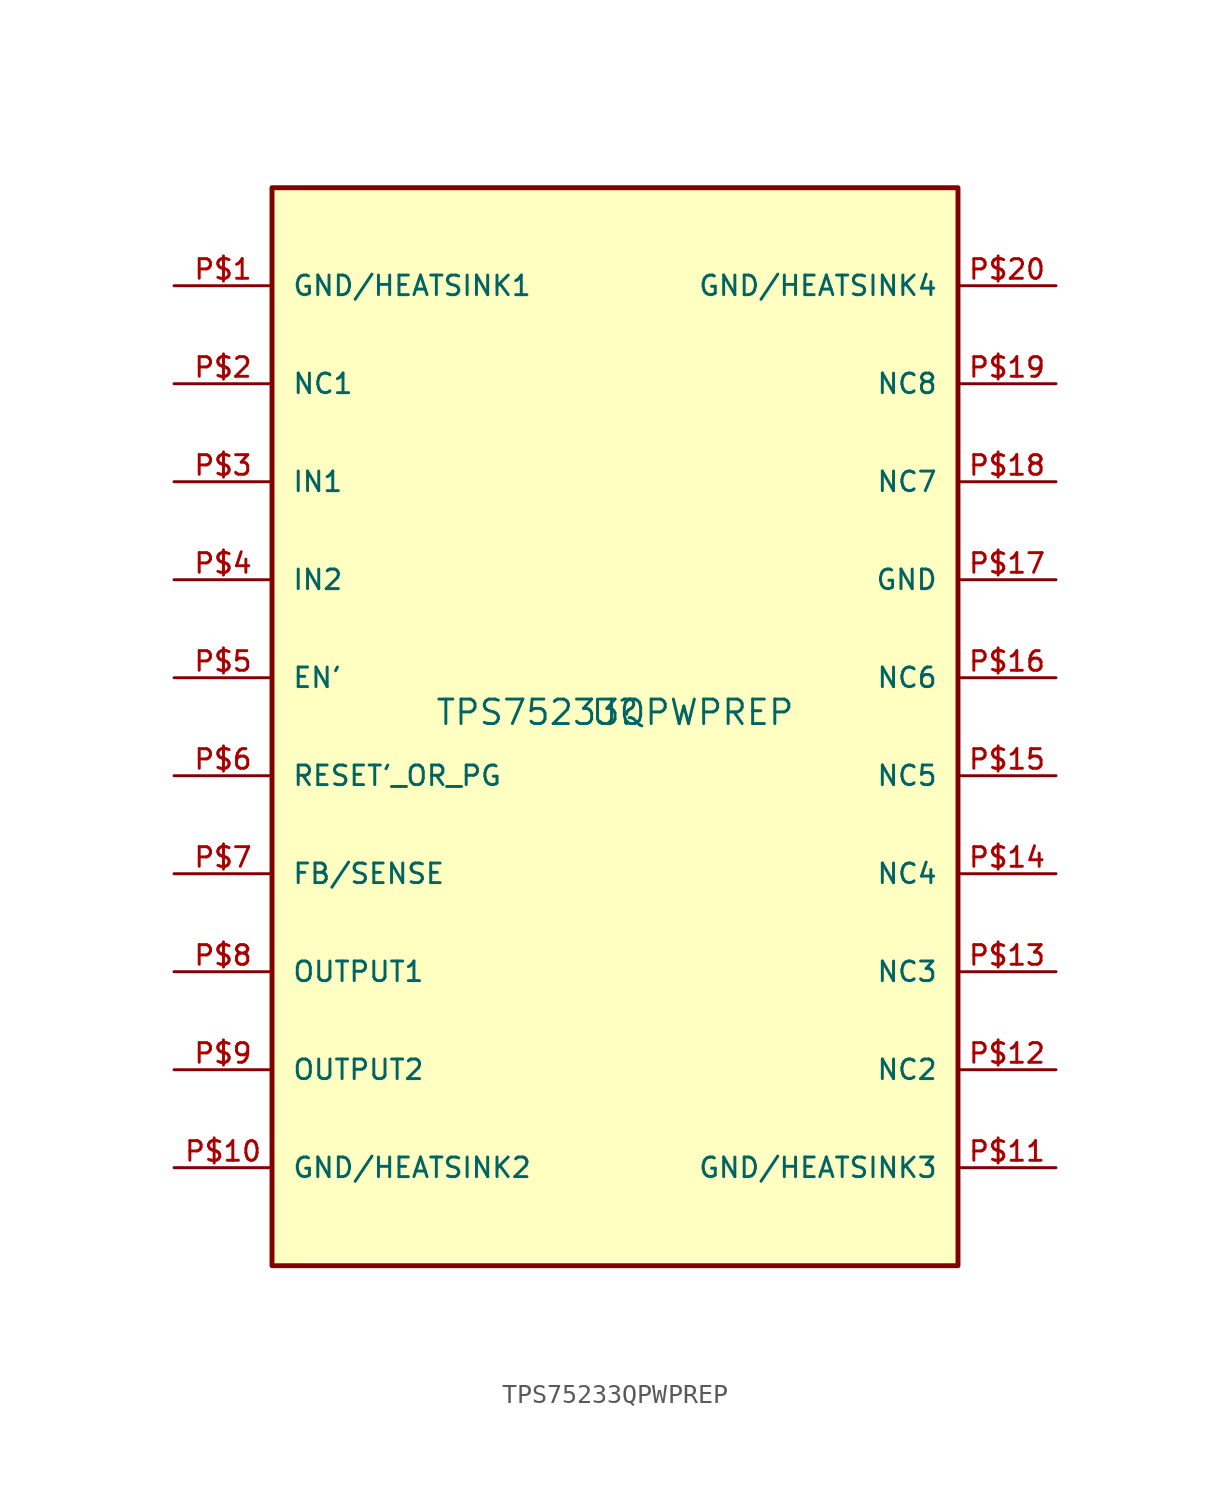
<source format=kicad_sym>
(kicad_symbol_lib
  (version 20211014)
  (generator kicad_symbol_editor)
  (symbol "TPS75233QPWPREP"
    (pin_names
      (offset 1.016))
    (property "Reference" "U"
      (at 0 0 0)
      (effects (font (size 1.27 1.27)) (justify bottom)))
    (property "Value" "TPS75233QPWPREP"
      (at 0 0.0 0)
      (effects (font (size 1.27 1.27)) (justify bottom)))
    (symbol "TPS75233QPWPREP_0_0"
      (rectangle (start -17.78 -27.94) (end 17.78 27.94) (stroke (width 0.254)) (fill (type background)))
      (pin bidirectional line (at -22.86 22.86 0) (length 5.08) (name "GND/HEATSINK1" (effects (font (size 1.016 1.016)))) (number "P$1" (effects (font (size 1.016 1.016)))))
      (pin bidirectional line (at -22.86 17.78 0) (length 5.08) (name "NC1" (effects (font (size 1.016 1.016)))) (number "P$2" (effects (font (size 1.016 1.016)))))
      (pin bidirectional line (at -22.86 12.7 0) (length 5.08) (name "IN1" (effects (font (size 1.016 1.016)))) (number "P$3" (effects (font (size 1.016 1.016)))))
      (pin bidirectional line (at -22.86 7.62 0) (length 5.08) (name "IN2" (effects (font (size 1.016 1.016)))) (number "P$4" (effects (font (size 1.016 1.016)))))
      (pin bidirectional line (at -22.86 2.54 0) (length 5.08) (name "EN'" (effects (font (size 1.016 1.016)))) (number "P$5" (effects (font (size 1.016 1.016)))))
      (pin bidirectional line (at -22.86 -2.54 0) (length 5.08) (name "RESET'_OR_PG" (effects (font (size 1.016 1.016)))) (number "P$6" (effects (font (size 1.016 1.016)))))
      (pin bidirectional line (at -22.86 -7.62 0) (length 5.08) (name "FB/SENSE" (effects (font (size 1.016 1.016)))) (number "P$7" (effects (font (size 1.016 1.016)))))
      (pin bidirectional line (at -22.86 -12.7 0) (length 5.08) (name "OUTPUT1" (effects (font (size 1.016 1.016)))) (number "P$8" (effects (font (size 1.016 1.016)))))
      (pin bidirectional line (at -22.86 -17.78 0) (length 5.08) (name "OUTPUT2" (effects (font (size 1.016 1.016)))) (number "P$9" (effects (font (size 1.016 1.016)))))
      (pin bidirectional line (at -22.86 -22.86 0) (length 5.08) (name "GND/HEATSINK2" (effects (font (size 1.016 1.016)))) (number "P$10" (effects (font (size 1.016 1.016)))))
      (pin bidirectional line (at 22.86 -22.86 180.0) (length 5.08) (name "GND/HEATSINK3" (effects (font (size 1.016 1.016)))) (number "P$11" (effects (font (size 1.016 1.016)))))
      (pin bidirectional line (at 22.86 -17.78 180.0) (length 5.08) (name "NC2" (effects (font (size 1.016 1.016)))) (number "P$12" (effects (font (size 1.016 1.016)))))
      (pin bidirectional line (at 22.86 -12.7 180.0) (length 5.08) (name "NC3" (effects (font (size 1.016 1.016)))) (number "P$13" (effects (font (size 1.016 1.016)))))
      (pin bidirectional line (at 22.86 -7.62 180.0) (length 5.08) (name "NC4" (effects (font (size 1.016 1.016)))) (number "P$14" (effects (font (size 1.016 1.016)))))
      (pin bidirectional line (at 22.86 -2.54 180.0) (length 5.08) (name "NC5" (effects (font (size 1.016 1.016)))) (number "P$15" (effects (font (size 1.016 1.016)))))
      (pin bidirectional line (at 22.86 2.54 180.0) (length 5.08) (name "NC6" (effects (font (size 1.016 1.016)))) (number "P$16" (effects (font (size 1.016 1.016)))))
      (pin bidirectional line (at 22.86 7.62 180.0) (length 5.08) (name "GND" (effects (font (size 1.016 1.016)))) (number "P$17" (effects (font (size 1.016 1.016)))))
      (pin bidirectional line (at 22.86 12.7 180.0) (length 5.08) (name "NC7" (effects (font (size 1.016 1.016)))) (number "P$18" (effects (font (size 1.016 1.016)))))
      (pin bidirectional line (at 22.86 17.78 180.0) (length 5.08) (name "NC8" (effects (font (size 1.016 1.016)))) (number "P$19" (effects (font (size 1.016 1.016)))))
      (pin bidirectional line (at 22.86 22.86 180.0) (length 5.08) (name "GND/HEATSINK4" (effects (font (size 1.016 1.016)))) (number "P$20" (effects (font (size 1.016 1.016))))))))
</source>
